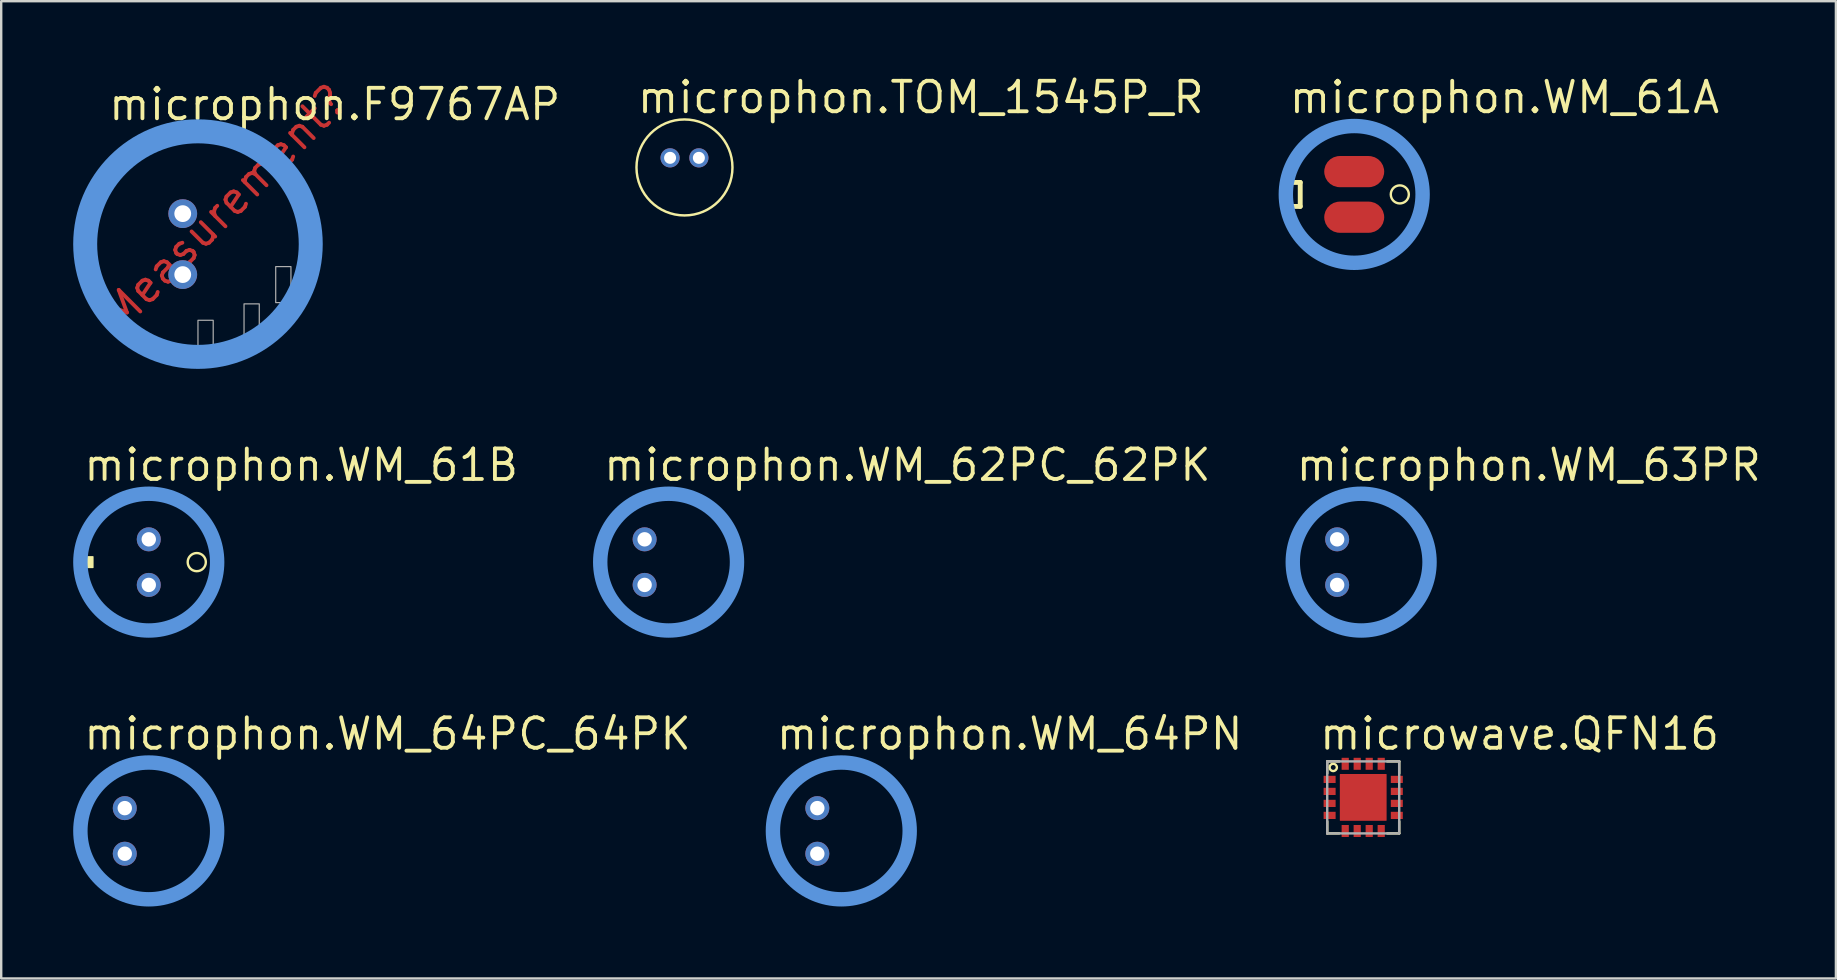
<source format=kicad_pcb>
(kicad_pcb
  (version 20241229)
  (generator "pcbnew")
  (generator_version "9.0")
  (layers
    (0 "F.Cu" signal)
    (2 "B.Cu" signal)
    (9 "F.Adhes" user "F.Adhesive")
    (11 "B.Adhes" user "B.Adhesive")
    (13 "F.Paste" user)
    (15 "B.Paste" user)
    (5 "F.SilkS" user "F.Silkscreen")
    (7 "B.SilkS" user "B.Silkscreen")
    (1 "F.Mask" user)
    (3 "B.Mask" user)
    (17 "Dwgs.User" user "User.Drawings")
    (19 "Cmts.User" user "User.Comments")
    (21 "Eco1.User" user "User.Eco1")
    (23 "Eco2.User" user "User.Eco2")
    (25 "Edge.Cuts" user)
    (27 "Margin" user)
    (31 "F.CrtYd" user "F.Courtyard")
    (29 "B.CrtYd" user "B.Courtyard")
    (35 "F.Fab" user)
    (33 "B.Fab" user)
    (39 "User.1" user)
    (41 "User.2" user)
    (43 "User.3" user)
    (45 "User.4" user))
  (footprint "microphon.WM_64PC_64PK"
    (layer "F.Cu")
    (at 3.15 31.578)
    (property "Reference" "microphon.WM_64PC_64PK" (at -2.794 -3.302 0) (layer "F.SilkS") (effects (font (size 1.27 1.27) (thickness 0.16)) (justify left bottom)))
    (attr through_hole)
    (fp_circle (center 0 0) (end 2.9 0) (stroke (width 0.203) (type default)) (fill no) (layer "F.SilkS"))
    (fp_circle (center 0 0) (end 2.85 0) (stroke (width 0.6) (type default)) (fill no) (layer "Cmts.User"))
    (pad "1" thru_hole circle (at -1 -0.95) (size 1 1) (drill 0.6) (layers "*.Cu" "*.Mask"))
    (pad "2" thru_hole circle (at -1 0.95) (size 1 1) (drill 0.6) (layers "*.Cu" "*.Mask")))
  (footprint "microwave.QFN16"
    (layer "F.Cu")
    (at 53.761 30.181)
    (property "Reference" "microwave.QFN16" (at -1.905 -1.905 0) (layer "F.SilkS") (effects (font (size 1.27 1.27) (thickness 0.16)) (justify left bottom)))
    (attr smd)
    (fp_rect (start -1.675 -0.575) (end -1.125 -0.925) (stroke (width 0.05) (type default)) (fill yes) (layer "F.Mask"))
    (fp_rect (start -1.675 -0.075) (end -1.125 -0.425) (stroke (width 0.05) (type default)) (fill yes) (layer "F.Mask"))
    (fp_rect (start -1.675 0.425) (end -1.125 0.075) (stroke (width 0.05) (type default)) (fill yes) (layer "F.Mask"))
    (fp_rect (start -1.675 0.925) (end -1.125 0.575) (stroke (width 0.05) (type default)) (fill yes) (layer "F.Mask"))
    (fp_rect (start -1 1) (end 1 -1) (stroke (width 0.05) (type default)) (fill yes) (layer "F.Mask"))
    (fp_rect (start -0.925 -1.125) (end -0.575 -1.675) (stroke (width 0.05) (type default)) (fill yes) (layer "F.Mask"))
    (fp_rect (start -0.925 1.675) (end -0.575 1.125) (stroke (width 0.05) (type default)) (fill yes) (layer "F.Mask"))
    (fp_rect (start -0.425 -1.125) (end -0.075 -1.675) (stroke (width 0.05) (type default)) (fill yes) (layer "F.Mask"))
    (fp_rect (start -0.425 1.675) (end -0.075 1.125) (stroke (width 0.05) (type default)) (fill yes) (layer "F.Mask"))
    (fp_rect (start 0.075 -1.125) (end 0.425 -1.675) (stroke (width 0.05) (type default)) (fill yes) (layer "F.Mask"))
    (fp_rect (start 0.075 1.675) (end 0.425 1.125) (stroke (width 0.05) (type default)) (fill yes) (layer "F.Mask"))
    (fp_rect (start 0.575 -1.125) (end 0.925 -1.675) (stroke (width 0.05) (type default)) (fill yes) (layer "F.Mask"))
    (fp_rect (start 0.575 1.675) (end 0.925 1.125) (stroke (width 0.05) (type default)) (fill yes) (layer "F.Mask"))
    (fp_rect (start 1.125 -0.575) (end 1.675 -0.925) (stroke (width 0.05) (type default)) (fill yes) (layer "F.Mask"))
    (fp_rect (start 1.125 -0.075) (end 1.675 -0.425) (stroke (width 0.05) (type default)) (fill yes) (layer "F.Mask"))
    (fp_rect (start 1.125 0.425) (end 1.675 0.075) (stroke (width 0.05) (type default)) (fill yes) (layer "F.Mask"))
    (fp_rect (start 1.125 0.925) (end 1.675 0.575) (stroke (width 0.05) (type default)) (fill yes) (layer "F.Mask"))
    (fp_line (start -1.5 -1.5) (end -1 -1.5) (stroke (width 0.102) (type default)) (layer "F.SilkS"))
    (fp_line (start -1.5 -1) (end -1.5 -1.5) (stroke (width 0.102) (type default)) (layer "F.SilkS"))
    (fp_line (start -1.5 1.5) (end -1.5 1) (stroke (width 0.102) (type default)) (layer "F.SilkS"))
    (fp_line (start -1 1.5) (end -1.5 1.5) (stroke (width 0.102) (type default)) (layer "F.SilkS"))
    (fp_line (start 1 -1.5) (end 1.5 -1.5) (stroke (width 0.102) (type default)) (layer "F.SilkS"))
    (fp_line (start 1.5 -1.5) (end 1.5 -1) (stroke (width 0.102) (type default)) (layer "F.SilkS"))
    (fp_line (start 1.5 1) (end 1.5 1.5) (stroke (width 0.102) (type default)) (layer "F.SilkS"))
    (fp_line (start 1.5 1.5) (end 1 1.5) (stroke (width 0.102) (type default)) (layer "F.SilkS"))
    (fp_circle (center -1.25 -1.25) (end -1.098 -1.25) (stroke (width 0.1) (type default)) (fill no) (layer "F.SilkS"))
    (fp_rect (start -1.6 -0.625) (end -1.175 -0.875) (stroke (width 0.05) (type default)) (fill yes) (layer "F.Paste"))
    (fp_rect (start -1.6 -0.125) (end -1.175 -0.375) (stroke (width 0.05) (type default)) (fill yes) (layer "F.Paste"))
    (fp_rect (start -1.6 0.375) (end -1.175 0.125) (stroke (width 0.05) (type default)) (fill yes) (layer "F.Paste"))
    (fp_rect (start -1.6 0.875) (end -1.175 0.625) (stroke (width 0.05) (type default)) (fill yes) (layer "F.Paste"))
    (fp_rect (start -0.925 0.925) (end 0.925 -0.925) (stroke (width 0.05) (type default)) (fill yes) (layer "F.Paste"))
    (fp_rect (start -0.875 -1.175) (end -0.625 -1.6) (stroke (width 0.05) (type default)) (fill yes) (layer "F.Paste"))
    (fp_rect (start -0.875 1.6) (end -0.625 1.175) (stroke (width 0.05) (type default)) (fill yes) (layer "F.Paste"))
    (fp_rect (start -0.375 -1.175) (end -0.125 -1.6) (stroke (width 0.05) (type default)) (fill yes) (layer "F.Paste"))
    (fp_rect (start -0.375 1.6) (end -0.125 1.175) (stroke (width 0.05) (type default)) (fill yes) (layer "F.Paste"))
    (fp_rect (start 0.125 -1.175) (end 0.375 -1.6) (stroke (width 0.05) (type default)) (fill yes) (layer "F.Paste"))
    (fp_rect (start 0.125 1.6) (end 0.375 1.175) (stroke (width 0.05) (type default)) (fill yes) (layer "F.Paste"))
    (fp_rect (start 0.625 -1.175) (end 0.875 -1.6) (stroke (width 0.05) (type default)) (fill yes) (layer "F.Paste"))
    (fp_rect (start 0.625 1.6) (end 0.875 1.175) (stroke (width 0.05) (type default)) (fill yes) (layer "F.Paste"))
    (fp_rect (start 1.175 -0.625) (end 1.6 -0.875) (stroke (width 0.05) (type default)) (fill yes) (layer "F.Paste"))
    (fp_rect (start 1.175 -0.125) (end 1.6 -0.375) (stroke (width 0.05) (type default)) (fill yes) (layer "F.Paste"))
    (fp_rect (start 1.175 0.375) (end 1.6 0.125) (stroke (width 0.05) (type default)) (fill yes) (layer "F.Paste"))
    (fp_rect (start 1.175 0.875) (end 1.6 0.625) (stroke (width 0.05) (type default)) (fill yes) (layer "F.Paste"))
    (fp_line (start -1.5 -1.5) (end 1.5 -1.5) (stroke (width 0.102) (type default)) (layer "F.Fab"))
    (fp_line (start -1.5 1.5) (end -1.5 -1.5) (stroke (width 0.102) (type default)) (layer "F.Fab"))
    (fp_line (start 1.5 -1.5) (end 1.5 1.5) (stroke (width 0.102) (type default)) (layer "F.Fab"))
    (fp_line (start 1.5 1.5) (end -1.5 1.5) (stroke (width 0.102) (type default)) (layer "F.Fab"))
    (pad "1" smd roundrect (at -1.4 -0.75) (size 0.5 0.3) (layers "F.Cu" "F.Mask" "F.Paste") (roundrect_rratio 0.01))
    (pad "2" smd roundrect (at -1.4 -0.25) (size 0.5 0.3) (layers "F.Cu" "F.Mask" "F.Paste") (roundrect_rratio 0.01))
    (pad "3" smd roundrect (at -1.4 0.25) (size 0.5 0.3) (layers "F.Cu" "F.Mask" "F.Paste") (roundrect_rratio 0.01))
    (pad "4" smd roundrect (at -1.4 0.75) (size 0.5 0.3) (layers "F.Cu" "F.Mask" "F.Paste") (roundrect_rratio 0.01))
    (pad "5" smd roundrect (at -0.75 1.4 90) (size 0.5 0.3) (layers "F.Cu" "F.Mask" "F.Paste") (roundrect_rratio 0.01))
    (pad "6" smd roundrect (at -0.25 1.4 90) (size 0.5 0.3) (layers "F.Cu" "F.Mask" "F.Paste") (roundrect_rratio 0.01))
    (pad "7" smd roundrect (at 0.25 1.4 90) (size 0.5 0.3) (layers "F.Cu" "F.Mask" "F.Paste") (roundrect_rratio 0.01))
    (pad "8" smd roundrect (at 0.75 1.4 90) (size 0.5 0.3) (layers "F.Cu" "F.Mask" "F.Paste") (roundrect_rratio 0.01))
    (pad "9" smd roundrect (at 1.4 0.75 180) (size 0.5 0.3) (layers "F.Cu" "F.Mask" "F.Paste") (roundrect_rratio 0.01))
    (pad "10" smd roundrect (at 1.4 0.25 180) (size 0.5 0.3) (layers "F.Cu" "F.Mask" "F.Paste") (roundrect_rratio 0.01))
    (pad "11" smd roundrect (at 1.4 -0.25 180) (size 0.5 0.3) (layers "F.Cu" "F.Mask" "F.Paste") (roundrect_rratio 0.01))
    (pad "12" smd roundrect (at 1.4 -0.75 180) (size 0.5 0.3) (layers "F.Cu" "F.Mask" "F.Paste") (roundrect_rratio 0.01))
    (pad "13" smd roundrect (at 0.75 -1.4 270) (size 0.5 0.3) (layers "F.Cu" "F.Mask" "F.Paste") (roundrect_rratio 0.01))
    (pad "14" smd roundrect (at 0.25 -1.4 270) (size 0.5 0.3) (layers "F.Cu" "F.Mask" "F.Paste") (roundrect_rratio 0.01))
    (pad "15" smd roundrect (at -0.25 -1.4 270) (size 0.5 0.3) (layers "F.Cu" "F.Mask" "F.Paste") (roundrect_rratio 0.01))
    (pad "16" smd roundrect (at -0.75 -1.4 270) (size 0.5 0.3) (layers "F.Cu" "F.Mask" "F.Paste") (roundrect_rratio 0.01))
    (pad "EXP" smd roundrect (at 0 0) (size 1.95 1.95) (layers "F.Cu" "F.Mask" "F.Paste") (roundrect_rratio 0.01)))
  (footprint "microphon.F9767AP"
    (layer "F.Cu")
    (at 5.2 7.123)
    (property "Reference" "microphon.F9767AP" (at -3.81 -5.08 0) (layer "F.SilkS") (effects (font (size 1.27 1.27) (thickness 0.16)) (justify left bottom)))
    (attr through_hole)
    (fp_circle (center 0 0) (end 4.725 0) (stroke (width 0.203) (type default)) (fill no) (layer "F.SilkS"))
    (fp_circle (center 0 0) (end 4.7 0) (stroke (width 1) (type default)) (fill no) (layer "Cmts.User"))
    (fp_rect (start 0 4.675) (end 0.635 3.175) (stroke (width 0.05) (type default)) (fill no) (layer "F.Fab"))
    (fp_rect (start 1.92 3.99) (end 2.555 2.49) (stroke (width 0.05) (type default)) (fill no) (layer "F.Fab"))
    (fp_rect (start 3.24 2.438) (end 3.875 0.938) (stroke (width 0.05) (type default)) (fill no) (layer "F.Fab"))
    (fp_text user "Measurement?" (at -3.175 3.81 45) (layer "F.Cu") (effects (font (size 1.27 1.27) (thickness 0.16)) (justify left bottom)))
    (pad "1" thru_hole circle (at -0.635 -1.27) (size 1.2 1.2) (drill 0.7) (layers "*.Cu" "*.Mask"))
    (pad "2" thru_hole circle (at -0.635 1.27) (size 1.2 1.2) (drill 0.7) (layers "*.Cu" "*.Mask")))
  (footprint "microphon.WM_63PR"
    (layer "F.Cu")
    (at 53.675 20.376)
    (property "Reference" "microphon.WM_63PR" (at -2.794 -3.302 0) (layer "F.SilkS") (effects (font (size 1.27 1.27) (thickness 0.16)) (justify left bottom)))
    (attr through_hole)
    (fp_circle (center 0 0) (end 2.9 0) (stroke (width 0.203) (type default)) (fill no) (layer "F.SilkS"))
    (fp_circle (center 0 0) (end 2.85 0) (stroke (width 0.6) (type default)) (fill no) (layer "Cmts.User"))
    (pad "1" thru_hole circle (at -1 -0.95) (size 1 1) (drill 0.6) (layers "*.Cu" "*.Mask"))
    (pad "2" thru_hole circle (at -1 0.95) (size 1 1) (drill 0.6) (layers "*.Cu" "*.Mask")))
  (footprint "microphon.WM_61A"
    (layer "F.Cu")
    (at 53.386 5.052)
    (property "Reference" "microphon.WM_61A" (at -2.794 -3.302 0) (layer "F.SilkS") (effects (font (size 1.27 1.27) (thickness 0.16)) (justify left bottom)))
    (attr smd)
    (fp_line (start -2.75 -0.5) (end -2.25 -0.5) (stroke (width 0.203) (type default)) (layer "F.SilkS"))
    (fp_line (start -2.25 -0.5) (end -2.25 0.5) (stroke (width 0.203) (type default)) (layer "F.SilkS"))
    (fp_line (start -2.25 0.5) (end -2.75 0.5) (stroke (width 0.203) (type default)) (layer "F.SilkS"))
    (fp_circle (center 0 0) (end 2.9 0) (stroke (width 0.203) (type default)) (fill no) (layer "F.SilkS"))
    (fp_circle (center 1.9 0) (end 2.276 0) (stroke (width 0.1) (type default)) (fill no) (layer "F.SilkS"))
    (fp_circle (center 0 0) (end 2.85 0) (stroke (width 0.6) (type default)) (fill no) (layer "Cmts.User"))
    (pad "1" smd roundrect (at 0 -0.95) (size 2.5 1.3) (layers "F.Cu" "F.Mask" "F.Paste") (roundrect_rratio 0.5))
    (pad "2" smd roundrect (at 0 0.95) (size 2.5 1.3) (layers "F.Cu" "F.Mask" "F.Paste") (roundrect_rratio 0.5)))
  (footprint "microphon.WM_64PN"
    (layer "F.Cu")
    (at 32.011 31.578)
    (property "Reference" "microphon.WM_64PN" (at -2.794 -3.302 0) (layer "F.SilkS") (effects (font (size 1.27 1.27) (thickness 0.16)) (justify left bottom)))
    (attr through_hole)
    (fp_circle (center 0 0) (end 2.9 0) (stroke (width 0.203) (type default)) (fill no) (layer "F.SilkS"))
    (fp_circle (center 0 0) (end 2.85 0) (stroke (width 0.6) (type default)) (fill no) (layer "Cmts.User"))
    (pad "1" thru_hole circle (at -1 -0.95) (size 1 1) (drill 0.6) (layers "*.Cu" "*.Mask"))
    (pad "2" thru_hole circle (at -1 0.95) (size 1 1) (drill 0.6) (layers "*.Cu" "*.Mask")))
  (footprint "microphon.TOM_1545P_R"
    (layer "F.Cu")
    (at 25.475 3.928)
    (property "Reference" "microphon.TOM_1545P_R" (at -2.051 -2.178 0) (layer "F.SilkS") (effects (font (size 1.27 1.27) (thickness 0.16)) (justify left bottom)))
    (attr through_hole)
    (fp_circle (center 0 0) (end 2 0) (stroke (width 0.102) (type default)) (fill no) (layer "F.SilkS"))
    (pad "+" thru_hole circle (at 0.6 -0.4) (size 0.8 0.8) (drill 0.5) (layers "*.Cu" "*.Mask"))
    (pad "-" thru_hole circle (at -0.6 -0.4) (size 0.8 0.8) (drill 0.5) (layers "*.Cu" "*.Mask")))
  (footprint "microphon.WM_62PC_62PK"
    (layer "F.Cu")
    (at 24.814 20.376)
    (property "Reference" "microphon.WM_62PC_62PK" (at -2.794 -3.302 0) (layer "F.SilkS") (effects (font (size 1.27 1.27) (thickness 0.16)) (justify left bottom)))
    (attr through_hole)
    (fp_circle (center 0 0) (end 2.9 0) (stroke (width 0.203) (type default)) (fill no) (layer "F.SilkS"))
    (fp_circle (center 0 0) (end 2.85 0) (stroke (width 0.6) (type default)) (fill no) (layer "Cmts.User"))
    (pad "1" thru_hole circle (at -1 -0.95) (size 1 1) (drill 0.6) (layers "*.Cu" "*.Mask"))
    (pad "2" thru_hole circle (at -1 0.95) (size 1 1) (drill 0.6) (layers "*.Cu" "*.Mask")))
  (footprint "microphon.WM_61B"
    (layer "F.Cu")
    (at 3.15 20.376)
    (property "Reference" "microphon.WM_61B" (at -2.794 -3.302 0) (layer "F.SilkS") (effects (font (size 1.27 1.27) (thickness 0.16)) (justify left bottom)))
    (attr through_hole)
    (fp_rect (start -2.8 0.225) (end -2.325 -0.225) (stroke (width 0.05) (type default)) (fill yes) (layer "F.SilkS"))
    (fp_circle (center 0 0) (end 2.9 0) (stroke (width 0.203) (type default)) (fill no) (layer "F.SilkS"))
    (fp_circle (center 2 0) (end 2.378 0) (stroke (width 0.1) (type default)) (fill no) (layer "F.SilkS"))
    (fp_circle (center 0 0) (end 2.85 0) (stroke (width 0.6) (type default)) (fill no) (layer "Cmts.User"))
    (pad "1" thru_hole circle (at 0 -0.95) (size 1 1) (drill 0.6) (layers "*.Cu" "*.Mask"))
    (pad "2" thru_hole circle (at 0 0.95) (size 1 1) (drill 0.6) (layers "*.Cu" "*.Mask")))
  (gr_rect
    (start -3 -3)
    (end 73.46 37.728)
    (stroke (width 0.1) (type default))
    (fill no)
    (layer "Edge.Cuts")))
</source>
